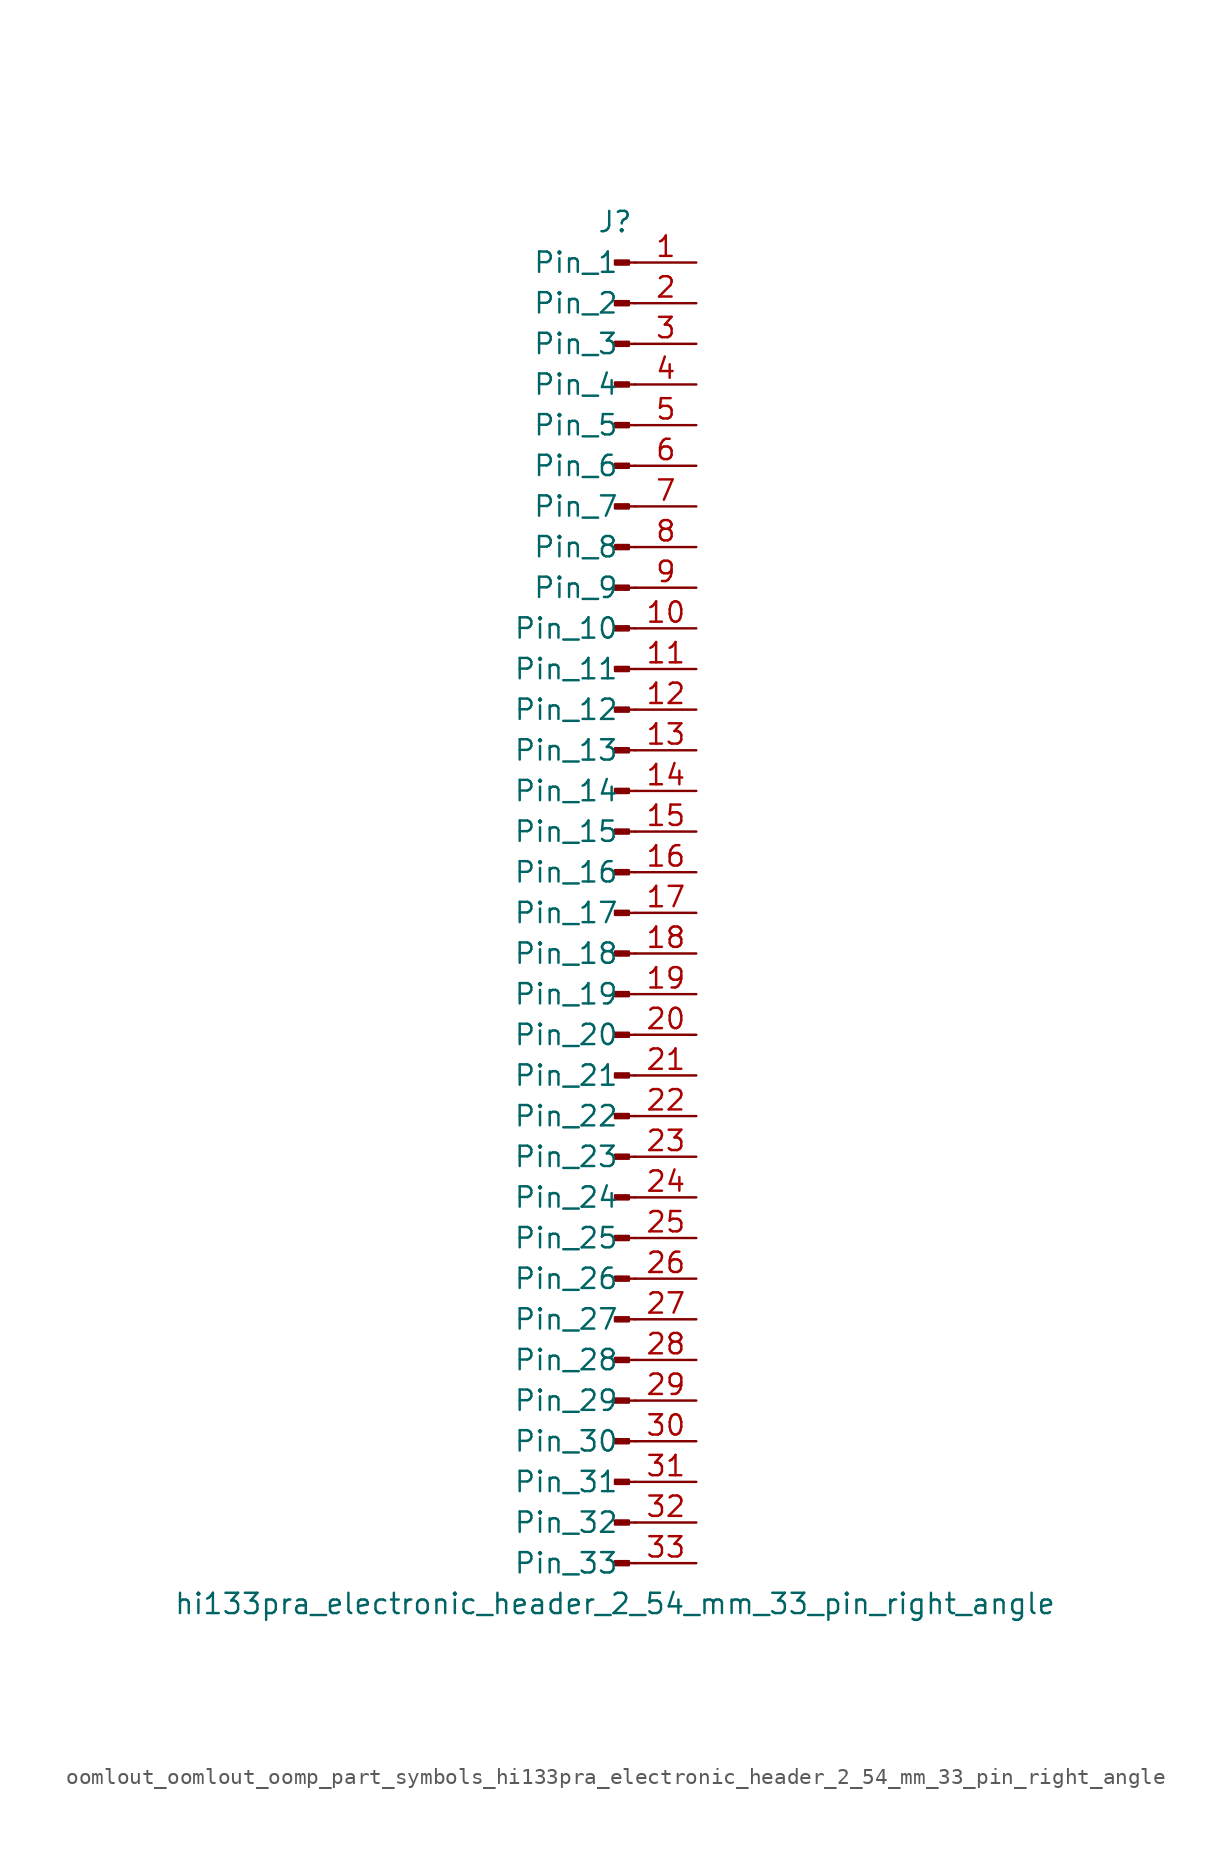
<source format=kicad_sym>
(kicad_symbol_lib
  (version 20220914)
  (generator kicad_symbol_editor)
  (symbol "oomlout_oomlout_oomp_part_symbols_hi133pra_electronic_header_2_54_mm_33_pin_right_angle"
    (pin_names
      (offset 1.016))
    (property "Reference" "J"
      (at 0 43.18 0)
      (effects (font (size 1.27 1.27))))
    (property "Value" "hi133pra_electronic_header_2_54_mm_33_pin_right_angle"
      (at 0 -43.18 0)
      (effects (font (size 1.27 1.27))))
    (property "ki_locked" ""
      (at 0 0 0)
      (effects (font (size 1.27 1.27))))
    (symbol "oomlout_oomlout_oomp_part_symbols_hi133pra_electronic_header_2_54_mm_33_pin_right_angle_1_1"
      (polyline (pts (xy 1.27 -40.64) (xy 0.864 -40.64)) (stroke (width 0.152) (type default)) (fill (type none)))
      (polyline (pts (xy 1.27 -38.1) (xy 0.864 -38.1)) (stroke (width 0.152) (type default)) (fill (type none)))
      (polyline (pts (xy 1.27 -35.56) (xy 0.864 -35.56)) (stroke (width 0.152) (type default)) (fill (type none)))
      (polyline (pts (xy 1.27 -33.02) (xy 0.864 -33.02)) (stroke (width 0.152) (type default)) (fill (type none)))
      (polyline (pts (xy 1.27 -30.48) (xy 0.864 -30.48)) (stroke (width 0.152) (type default)) (fill (type none)))
      (polyline (pts (xy 1.27 -27.94) (xy 0.864 -27.94)) (stroke (width 0.152) (type default)) (fill (type none)))
      (polyline (pts (xy 1.27 -25.4) (xy 0.864 -25.4)) (stroke (width 0.152) (type default)) (fill (type none)))
      (polyline (pts (xy 1.27 -22.86) (xy 0.864 -22.86)) (stroke (width 0.152) (type default)) (fill (type none)))
      (polyline (pts (xy 1.27 -20.32) (xy 0.864 -20.32)) (stroke (width 0.152) (type default)) (fill (type none)))
      (polyline (pts (xy 1.27 -17.78) (xy 0.864 -17.78)) (stroke (width 0.152) (type default)) (fill (type none)))
      (polyline (pts (xy 1.27 -15.24) (xy 0.864 -15.24)) (stroke (width 0.152) (type default)) (fill (type none)))
      (polyline (pts (xy 1.27 -12.7) (xy 0.864 -12.7)) (stroke (width 0.152) (type default)) (fill (type none)))
      (polyline (pts (xy 1.27 -10.16) (xy 0.864 -10.16)) (stroke (width 0.152) (type default)) (fill (type none)))
      (polyline (pts (xy 1.27 -7.62) (xy 0.864 -7.62)) (stroke (width 0.152) (type default)) (fill (type none)))
      (polyline (pts (xy 1.27 -5.08) (xy 0.864 -5.08)) (stroke (width 0.152) (type default)) (fill (type none)))
      (polyline (pts (xy 1.27 -2.54) (xy 0.864 -2.54)) (stroke (width 0.152) (type default)) (fill (type none)))
      (polyline (pts (xy 1.27 0) (xy 0.864 0)) (stroke (width 0.152) (type default)) (fill (type none)))
      (polyline (pts (xy 1.27 2.54) (xy 0.864 2.54)) (stroke (width 0.152) (type default)) (fill (type none)))
      (polyline (pts (xy 1.27 5.08) (xy 0.864 5.08)) (stroke (width 0.152) (type default)) (fill (type none)))
      (polyline (pts (xy 1.27 7.62) (xy 0.864 7.62)) (stroke (width 0.152) (type default)) (fill (type none)))
      (polyline (pts (xy 1.27 10.16) (xy 0.864 10.16)) (stroke (width 0.152) (type default)) (fill (type none)))
      (polyline (pts (xy 1.27 12.7) (xy 0.864 12.7)) (stroke (width 0.152) (type default)) (fill (type none)))
      (polyline (pts (xy 1.27 15.24) (xy 0.864 15.24)) (stroke (width 0.152) (type default)) (fill (type none)))
      (polyline (pts (xy 1.27 17.78) (xy 0.864 17.78)) (stroke (width 0.152) (type default)) (fill (type none)))
      (polyline (pts (xy 1.27 20.32) (xy 0.864 20.32)) (stroke (width 0.152) (type default)) (fill (type none)))
      (polyline (pts (xy 1.27 22.86) (xy 0.864 22.86)) (stroke (width 0.152) (type default)) (fill (type none)))
      (polyline (pts (xy 1.27 25.4) (xy 0.864 25.4)) (stroke (width 0.152) (type default)) (fill (type none)))
      (polyline (pts (xy 1.27 27.94) (xy 0.864 27.94)) (stroke (width 0.152) (type default)) (fill (type none)))
      (polyline (pts (xy 1.27 30.48) (xy 0.864 30.48)) (stroke (width 0.152) (type default)) (fill (type none)))
      (polyline (pts (xy 1.27 33.02) (xy 0.864 33.02)) (stroke (width 0.152) (type default)) (fill (type none)))
      (polyline (pts (xy 1.27 35.56) (xy 0.864 35.56)) (stroke (width 0.152) (type default)) (fill (type none)))
      (polyline (pts (xy 1.27 38.1) (xy 0.864 38.1)) (stroke (width 0.152) (type default)) (fill (type none)))
      (polyline (pts (xy 1.27 40.64) (xy 0.864 40.64)) (stroke (width 0.152) (type default)) (fill (type none)))
      (rectangle (start 0.864 -40.513) (end 0 -40.767) (stroke (width 0.152) (type default)) (fill (type outline)))
      (rectangle (start 0.864 -37.973) (end 0 -38.227) (stroke (width 0.152) (type default)) (fill (type outline)))
      (rectangle (start 0.864 -35.433) (end 0 -35.687) (stroke (width 0.152) (type default)) (fill (type outline)))
      (rectangle (start 0.864 -32.893) (end 0 -33.147) (stroke (width 0.152) (type default)) (fill (type outline)))
      (rectangle (start 0.864 -30.353) (end 0 -30.607) (stroke (width 0.152) (type default)) (fill (type outline)))
      (rectangle (start 0.864 -27.813) (end 0 -28.067) (stroke (width 0.152) (type default)) (fill (type outline)))
      (rectangle (start 0.864 -25.273) (end 0 -25.527) (stroke (width 0.152) (type default)) (fill (type outline)))
      (rectangle (start 0.864 -22.733) (end 0 -22.987) (stroke (width 0.152) (type default)) (fill (type outline)))
      (rectangle (start 0.864 -20.193) (end 0 -20.447) (stroke (width 0.152) (type default)) (fill (type outline)))
      (rectangle (start 0.864 -17.653) (end 0 -17.907) (stroke (width 0.152) (type default)) (fill (type outline)))
      (rectangle (start 0.864 -15.113) (end 0 -15.367) (stroke (width 0.152) (type default)) (fill (type outline)))
      (rectangle (start 0.864 -12.573) (end 0 -12.827) (stroke (width 0.152) (type default)) (fill (type outline)))
      (rectangle (start 0.864 -10.033) (end 0 -10.287) (stroke (width 0.152) (type default)) (fill (type outline)))
      (rectangle (start 0.864 -7.493) (end 0 -7.747) (stroke (width 0.152) (type default)) (fill (type outline)))
      (rectangle (start 0.864 -4.953) (end 0 -5.207) (stroke (width 0.152) (type default)) (fill (type outline)))
      (rectangle (start 0.864 -2.413) (end 0 -2.667) (stroke (width 0.152) (type default)) (fill (type outline)))
      (rectangle (start 0.864 0.127) (end 0 -0.127) (stroke (width 0.152) (type default)) (fill (type outline)))
      (rectangle (start 0.864 2.667) (end 0 2.413) (stroke (width 0.152) (type default)) (fill (type outline)))
      (rectangle (start 0.864 5.207) (end 0 4.953) (stroke (width 0.152) (type default)) (fill (type outline)))
      (rectangle (start 0.864 7.747) (end 0 7.493) (stroke (width 0.152) (type default)) (fill (type outline)))
      (rectangle (start 0.864 10.287) (end 0 10.033) (stroke (width 0.152) (type default)) (fill (type outline)))
      (rectangle (start 0.864 12.827) (end 0 12.573) (stroke (width 0.152) (type default)) (fill (type outline)))
      (rectangle (start 0.864 15.367) (end 0 15.113) (stroke (width 0.152) (type default)) (fill (type outline)))
      (rectangle (start 0.864 17.907) (end 0 17.653) (stroke (width 0.152) (type default)) (fill (type outline)))
      (rectangle (start 0.864 20.447) (end 0 20.193) (stroke (width 0.152) (type default)) (fill (type outline)))
      (rectangle (start 0.864 22.987) (end 0 22.733) (stroke (width 0.152) (type default)) (fill (type outline)))
      (rectangle (start 0.864 25.527) (end 0 25.273) (stroke (width 0.152) (type default)) (fill (type outline)))
      (rectangle (start 0.864 28.067) (end 0 27.813) (stroke (width 0.152) (type default)) (fill (type outline)))
      (rectangle (start 0.864 30.607) (end 0 30.353) (stroke (width 0.152) (type default)) (fill (type outline)))
      (rectangle (start 0.864 33.147) (end 0 32.893) (stroke (width 0.152) (type default)) (fill (type outline)))
      (rectangle (start 0.864 35.687) (end 0 35.433) (stroke (width 0.152) (type default)) (fill (type outline)))
      (rectangle (start 0.864 38.227) (end 0 37.973) (stroke (width 0.152) (type default)) (fill (type outline)))
      (rectangle (start 0.864 40.767) (end 0 40.513) (stroke (width 0.152) (type default)) (fill (type outline)))
      (pin passive line (at 5.08 40.64 180) (length 3.81) (name "Pin_1" (effects (font (size 1.27 1.27)))) (number "1" (effects (font (size 1.27 1.27)))))
      (pin passive line (at 5.08 17.78 180) (length 3.81) (name "Pin_10" (effects (font (size 1.27 1.27)))) (number "10" (effects (font (size 1.27 1.27)))))
      (pin passive line (at 5.08 15.24 180) (length 3.81) (name "Pin_11" (effects (font (size 1.27 1.27)))) (number "11" (effects (font (size 1.27 1.27)))))
      (pin passive line (at 5.08 12.7 180) (length 3.81) (name "Pin_12" (effects (font (size 1.27 1.27)))) (number "12" (effects (font (size 1.27 1.27)))))
      (pin passive line (at 5.08 10.16 180) (length 3.81) (name "Pin_13" (effects (font (size 1.27 1.27)))) (number "13" (effects (font (size 1.27 1.27)))))
      (pin passive line (at 5.08 7.62 180) (length 3.81) (name "Pin_14" (effects (font (size 1.27 1.27)))) (number "14" (effects (font (size 1.27 1.27)))))
      (pin passive line (at 5.08 5.08 180) (length 3.81) (name "Pin_15" (effects (font (size 1.27 1.27)))) (number "15" (effects (font (size 1.27 1.27)))))
      (pin passive line (at 5.08 2.54 180) (length 3.81) (name "Pin_16" (effects (font (size 1.27 1.27)))) (number "16" (effects (font (size 1.27 1.27)))))
      (pin passive line (at 5.08 0 180) (length 3.81) (name "Pin_17" (effects (font (size 1.27 1.27)))) (number "17" (effects (font (size 1.27 1.27)))))
      (pin passive line (at 5.08 -2.54 180) (length 3.81) (name "Pin_18" (effects (font (size 1.27 1.27)))) (number "18" (effects (font (size 1.27 1.27)))))
      (pin passive line (at 5.08 -5.08 180) (length 3.81) (name "Pin_19" (effects (font (size 1.27 1.27)))) (number "19" (effects (font (size 1.27 1.27)))))
      (pin passive line (at 5.08 38.1 180) (length 3.81) (name "Pin_2" (effects (font (size 1.27 1.27)))) (number "2" (effects (font (size 1.27 1.27)))))
      (pin passive line (at 5.08 -7.62 180) (length 3.81) (name "Pin_20" (effects (font (size 1.27 1.27)))) (number "20" (effects (font (size 1.27 1.27)))))
      (pin passive line (at 5.08 -10.16 180) (length 3.81) (name "Pin_21" (effects (font (size 1.27 1.27)))) (number "21" (effects (font (size 1.27 1.27)))))
      (pin passive line (at 5.08 -12.7 180) (length 3.81) (name "Pin_22" (effects (font (size 1.27 1.27)))) (number "22" (effects (font (size 1.27 1.27)))))
      (pin passive line (at 5.08 -15.24 180) (length 3.81) (name "Pin_23" (effects (font (size 1.27 1.27)))) (number "23" (effects (font (size 1.27 1.27)))))
      (pin passive line (at 5.08 -17.78 180) (length 3.81) (name "Pin_24" (effects (font (size 1.27 1.27)))) (number "24" (effects (font (size 1.27 1.27)))))
      (pin passive line (at 5.08 -20.32 180) (length 3.81) (name "Pin_25" (effects (font (size 1.27 1.27)))) (number "25" (effects (font (size 1.27 1.27)))))
      (pin passive line (at 5.08 -22.86 180) (length 3.81) (name "Pin_26" (effects (font (size 1.27 1.27)))) (number "26" (effects (font (size 1.27 1.27)))))
      (pin passive line (at 5.08 -25.4 180) (length 3.81) (name "Pin_27" (effects (font (size 1.27 1.27)))) (number "27" (effects (font (size 1.27 1.27)))))
      (pin passive line (at 5.08 -27.94 180) (length 3.81) (name "Pin_28" (effects (font (size 1.27 1.27)))) (number "28" (effects (font (size 1.27 1.27)))))
      (pin passive line (at 5.08 -30.48 180) (length 3.81) (name "Pin_29" (effects (font (size 1.27 1.27)))) (number "29" (effects (font (size 1.27 1.27)))))
      (pin passive line (at 5.08 35.56 180) (length 3.81) (name "Pin_3" (effects (font (size 1.27 1.27)))) (number "3" (effects (font (size 1.27 1.27)))))
      (pin passive line (at 5.08 -33.02 180) (length 3.81) (name "Pin_30" (effects (font (size 1.27 1.27)))) (number "30" (effects (font (size 1.27 1.27)))))
      (pin passive line (at 5.08 -35.56 180) (length 3.81) (name "Pin_31" (effects (font (size 1.27 1.27)))) (number "31" (effects (font (size 1.27 1.27)))))
      (pin passive line (at 5.08 -38.1 180) (length 3.81) (name "Pin_32" (effects (font (size 1.27 1.27)))) (number "32" (effects (font (size 1.27 1.27)))))
      (pin passive line (at 5.08 -40.64 180) (length 3.81) (name "Pin_33" (effects (font (size 1.27 1.27)))) (number "33" (effects (font (size 1.27 1.27)))))
      (pin passive line (at 5.08 33.02 180) (length 3.81) (name "Pin_4" (effects (font (size 1.27 1.27)))) (number "4" (effects (font (size 1.27 1.27)))))
      (pin passive line (at 5.08 30.48 180) (length 3.81) (name "Pin_5" (effects (font (size 1.27 1.27)))) (number "5" (effects (font (size 1.27 1.27)))))
      (pin passive line (at 5.08 27.94 180) (length 3.81) (name "Pin_6" (effects (font (size 1.27 1.27)))) (number "6" (effects (font (size 1.27 1.27)))))
      (pin passive line (at 5.08 25.4 180) (length 3.81) (name "Pin_7" (effects (font (size 1.27 1.27)))) (number "7" (effects (font (size 1.27 1.27)))))
      (pin passive line (at 5.08 22.86 180) (length 3.81) (name "Pin_8" (effects (font (size 1.27 1.27)))) (number "8" (effects (font (size 1.27 1.27)))))
      (pin passive line (at 5.08 20.32 180) (length 3.81) (name "Pin_9" (effects (font (size 1.27 1.27)))) (number "9" (effects (font (size 1.27 1.27))))))))
</source>
